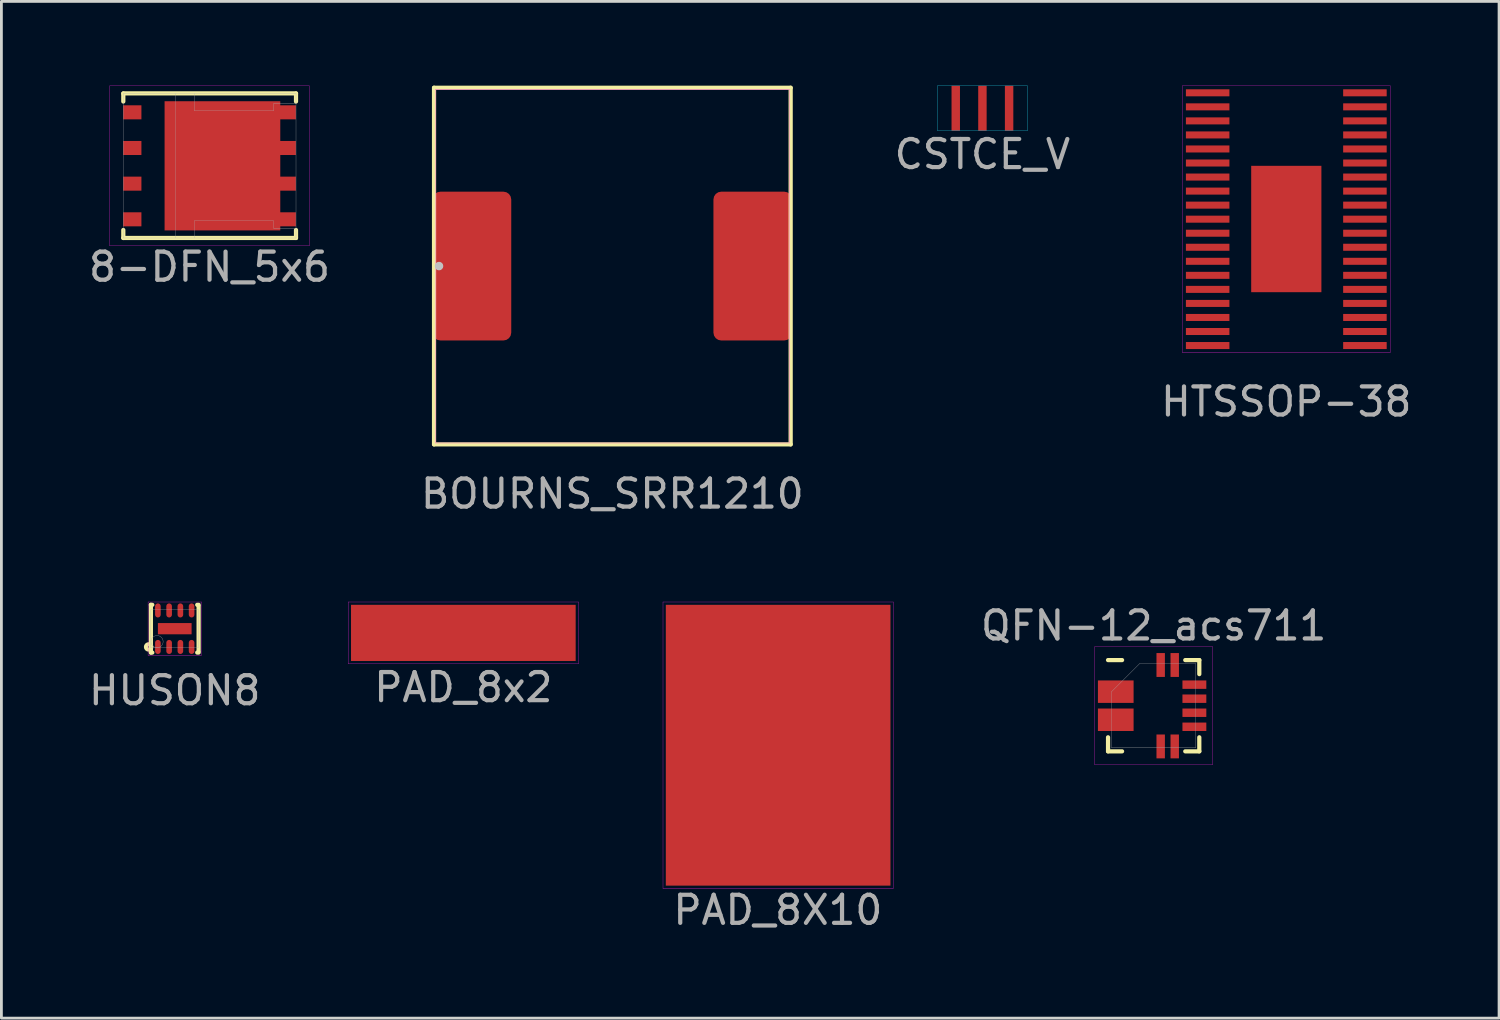
<source format=kicad_pcb>
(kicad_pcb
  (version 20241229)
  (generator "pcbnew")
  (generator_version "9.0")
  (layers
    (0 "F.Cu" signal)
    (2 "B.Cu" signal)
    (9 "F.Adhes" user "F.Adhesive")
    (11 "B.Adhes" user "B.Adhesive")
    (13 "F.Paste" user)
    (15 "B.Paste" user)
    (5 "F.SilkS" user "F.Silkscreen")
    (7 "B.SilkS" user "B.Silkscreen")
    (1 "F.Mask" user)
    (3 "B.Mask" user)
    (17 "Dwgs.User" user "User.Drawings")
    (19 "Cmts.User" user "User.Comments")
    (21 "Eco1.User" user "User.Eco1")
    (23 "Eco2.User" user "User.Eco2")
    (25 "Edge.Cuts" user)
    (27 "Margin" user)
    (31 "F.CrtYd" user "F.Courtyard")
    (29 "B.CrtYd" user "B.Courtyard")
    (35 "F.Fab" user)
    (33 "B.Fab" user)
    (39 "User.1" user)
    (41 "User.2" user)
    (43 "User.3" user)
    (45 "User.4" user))
  (footprint "PAD_8x2"
    (layer "F.Cu")
    (at 13.45 19.488)
    (property "Reference" "PAD_8x2" (at 0 1.94 0) (layer "F.Fab") (effects (font (size 1 1) (thickness 0.15))))
    (attr through_hole)
    (fp_line (start -4.1 -1.1) (end 4.1 -1.1) (stroke (width 0.01) (type solid)) (layer "F.CrtYd"))
    (fp_line (start -4.1 1.1) (end -4.1 -1.1) (stroke (width 0.01) (type solid)) (layer "F.CrtYd"))
    (fp_line (start 4.1 -1.1) (end 4.1 1.1) (stroke (width 0.01) (type solid)) (layer "F.CrtYd"))
    (fp_line (start 4.1 1.1) (end -4.1 1.1) (stroke (width 0.01) (type solid)) (layer "F.CrtYd"))
    (pad "1" smd rect (at 0 0) (size 8 2) (layers "F.Cu" "F.Mask" "F.Paste")))
  (footprint "QFN-12_acs711"
    (layer "F.Cu")
    (at 38.033 22.081)
    (property "Reference" "QFN-12_acs711" (at 0 -2.85 0) (layer "F.Fab") (effects (font (size 1 1) (thickness 0.15))))
    (attr smd)
    (fp_line (start -1.625 -1.625) (end -1.125 -1.625) (stroke (width 0.15) (type solid)) (layer "F.SilkS"))
    (fp_line (start -1.625 1.625) (end -1.625 1.125) (stroke (width 0.15) (type solid)) (layer "F.SilkS"))
    (fp_line (start -1.625 1.625) (end -1.125 1.625) (stroke (width 0.15) (type solid)) (layer "F.SilkS"))
    (fp_line (start 1.625 -1.625) (end 1.125 -1.625) (stroke (width 0.15) (type solid)) (layer "F.SilkS"))
    (fp_line (start 1.625 -1.625) (end 1.625 -1.125) (stroke (width 0.15) (type solid)) (layer "F.SilkS"))
    (fp_line (start 1.625 1.625) (end 1.125 1.625) (stroke (width 0.15) (type solid)) (layer "F.SilkS"))
    (fp_line (start 1.625 1.625) (end 1.625 1.125) (stroke (width 0.15) (type solid)) (layer "F.SilkS"))
    (fp_line (start -2.1 -2.1) (end -2.1 2.1) (stroke (width 0.01) (type solid)) (layer "F.CrtYd"))
    (fp_line (start -2.1 -2.1) (end 2.1 -2.1) (stroke (width 0.01) (type solid)) (layer "F.CrtYd"))
    (fp_line (start -2.1 2.1) (end 2.1 2.1) (stroke (width 0.01) (type solid)) (layer "F.CrtYd"))
    (fp_line (start 2.1 -2.1) (end 2.1 2.1) (stroke (width 0.01) (type solid)) (layer "F.CrtYd"))
    (fp_line (start -1.5 -0.5) (end -0.5 -1.5) (stroke (width 0.01) (type solid)) (layer "F.Fab"))
    (fp_line (start -1.5 1.5) (end -1.5 -0.5) (stroke (width 0.01) (type solid)) (layer "F.Fab"))
    (fp_line (start -0.5 -1.5) (end 1.5 -1.5) (stroke (width 0.01) (type solid)) (layer "F.Fab"))
    (fp_line (start 1.5 -1.5) (end 1.5 1.5) (stroke (width 0.01) (type solid)) (layer "F.Fab"))
    (fp_line (start 1.5 1.5) (end -1.5 1.5) (stroke (width 0.01) (type solid)) (layer "F.Fab"))
    (pad "1" smd rect (at -1.35 -0.5) (size 1.27 0.8) (layers "F.Cu" "F.Mask" "F.Paste"))
    (pad "3" smd rect (at -1.35 0.5) (size 1.27 0.8) (layers "F.Cu" "F.Mask" "F.Paste"))
    (pad "5" smd rect (at 0.25 1.45 90) (size 0.85 0.3) (layers "F.Cu" "F.Mask" "F.Paste"))
    (pad "6" smd rect (at 0.75 1.45 90) (size 0.85 0.3) (layers "F.Cu" "F.Mask" "F.Paste"))
    (pad "7" smd rect (at 1.45 0.75) (size 0.85 0.3) (layers "F.Cu" "F.Mask" "F.Paste"))
    (pad "8" smd rect (at 1.45 0.25) (size 0.85 0.3) (layers "F.Cu" "F.Mask" "F.Paste"))
    (pad "9" smd rect (at 1.45 -0.25) (size 0.85 0.3) (layers "F.Cu" "F.Mask" "F.Paste"))
    (pad "10" smd rect (at 1.45 -0.75) (size 0.85 0.3) (layers "F.Cu" "F.Mask" "F.Paste"))
    (pad "11" smd rect (at 0.75 -1.45 90) (size 0.85 0.3) (layers "F.Cu" "F.Mask" "F.Paste"))
    (pad "12" smd rect (at 0.25 -1.45 90) (size 0.85 0.3) (layers "F.Cu" "F.Mask" "F.Paste")))
  (footprint "PAD_8X10"
    (layer "F.Cu")
    (at 24.66 23.488)
    (property "Reference" "PAD_8X10" (at -0.01 5.87 0) (layer "F.Fab") (effects (font (size 1 1) (thickness 0.15))))
    (attr through_hole)
    (fp_line (start -4.1 -5.1) (end -4.1 5.1) (stroke (width 0.01) (type solid)) (layer "F.CrtYd"))
    (fp_line (start -4.1 5.1) (end 4.1 5.1) (stroke (width 0.01) (type solid)) (layer "F.CrtYd"))
    (fp_line (start 4.1 -5.1) (end -4.1 -5.1) (stroke (width 0.01) (type solid)) (layer "F.CrtYd"))
    (fp_line (start 4.1 5.1) (end 4.1 -5.1) (stroke (width 0.01) (type solid)) (layer "F.CrtYd"))
    (pad "1" smd rect (at 0 0) (size 8 10) (layers "F.Cu" "F.Mask" "F.Paste")))
  (footprint "CSTCE_V"
    (layer "F.Cu")
    (at 31.935 0.805)
    (property "Reference" "CSTCE_V" (at 0 1.64 0) (layer "F.Fab") (effects (font (size 1 1) (thickness 0.15))))
    (attr through_hole)
    (fp_line (start -1.6 -0.8) (end 1.6 -0.8) (stroke (width 0.01) (type solid)) (layer "B.CrtYd"))
    (fp_line (start -1.6 0.8) (end -1.6 -0.8) (stroke (width 0.01) (type solid)) (layer "B.CrtYd"))
    (fp_line (start 1.6 -0.8) (end 1.6 0.8) (stroke (width 0.01) (type solid)) (layer "B.CrtYd"))
    (fp_line (start 1.6 0.8) (end -1.6 0.8) (stroke (width 0.01) (type solid)) (layer "B.CrtYd"))
    (pad "1" smd rect (at -0.95 0) (size 0.3 1.6) (layers "F.Cu" "F.Mask" "F.Paste"))
    (pad "2" smd rect (at 0 0) (size 0.3 1.6) (layers "F.Cu" "F.Mask" "F.Paste"))
    (pad "3" smd rect (at 0.95 0) (size 0.3 1.6) (layers "F.Cu" "F.Mask" "F.Paste")))
  (footprint "HUSON8"
    (layer "F.Cu")
    (at 3.173 19.338)
    (property "Reference" "HUSON8" (at 0 2.2 0) (layer "F.Fab") (effects (font (size 1 1) (thickness 0.15))))
    (attr through_hole)
    (fp_line (start -0.85 -0.85) (end -0.8 -0.85) (stroke (width 0.15) (type solid)) (layer "F.SilkS"))
    (fp_line (start -0.85 0.85) (end -0.85 -0.85) (stroke (width 0.15) (type solid)) (layer "F.SilkS"))
    (fp_line (start -0.85 0.85) (end -0.8 0.85) (stroke (width 0.15) (type solid)) (layer "F.SilkS"))
    (fp_line (start 0.85 -0.85) (end 0.8 -0.85) (stroke (width 0.15) (type solid)) (layer "F.SilkS"))
    (fp_line (start 0.85 -0.8) (end 0.85 0.8) (stroke (width 0.15) (type solid)) (layer "F.SilkS"))
    (fp_line (start 0.85 0.85) (end 0.8 0.85) (stroke (width 0.15) (type solid)) (layer "F.SilkS"))
    (fp_circle (center -0.93 0.65) (end -0.84 0.62) (stroke (width 0.15) (type solid)) (fill no) (layer "F.SilkS"))
    (fp_line (start -0.95 -0.95) (end -0.95 0.95) (stroke (width 0.01) (type solid)) (layer "F.CrtYd"))
    (fp_line (start -0.95 0.95) (end 0.95 0.95) (stroke (width 0.01) (type solid)) (layer "F.CrtYd"))
    (fp_line (start 0.95 -0.95) (end -0.95 -0.95) (stroke (width 0.01) (type solid)) (layer "F.CrtYd"))
    (fp_line (start 0.95 0.95) (end 0.95 -0.95) (stroke (width 0.01) (type solid)) (layer "F.CrtYd"))
    (fp_line (start -0.85 -0.675) (end 0.85 -0.675) (stroke (width 0.01) (type solid)) (layer "F.Fab"))
    (fp_line (start -0.85 0.675) (end -0.85 -0.675) (stroke (width 0.01) (type solid)) (layer "F.Fab"))
    (fp_line (start 0.85 -0.675) (end 0.85 0.675) (stroke (width 0.01) (type solid)) (layer "F.Fab"))
    (fp_line (start 0.85 0.675) (end -0.85 0.675) (stroke (width 0.01) (type solid)) (layer "F.Fab"))
    (fp_circle (center -0.63 0.46) (end -0.42 0.41) (stroke (width 0.01) (type solid)) (fill no) (layer "F.Fab"))
    (pad "1" smd oval (at -0.6 -0.65 90) (size 0.5 0.2) (layers "F.Cu" "F.Mask" "F.Paste"))
    (pad "2" smd oval (at -0.2 -0.65 90) (size 0.5 0.2) (layers "F.Cu" "F.Mask" "F.Paste"))
    (pad "3" smd oval (at 0.2 -0.65 90) (size 0.5 0.2) (layers "F.Cu" "F.Mask" "F.Paste"))
    (pad "4" smd oval (at 0.6 -0.65 90) (size 0.5 0.2) (layers "F.Cu" "F.Mask" "F.Paste"))
    (pad "5" smd oval (at 0.6 0.65 90) (size 0.5 0.2) (layers "F.Cu" "F.Mask" "F.Paste"))
    (pad "6" smd oval (at 0.2 0.65 90) (size 0.5 0.2) (layers "F.Cu" "F.Mask" "F.Paste"))
    (pad "7" smd oval (at -0.2 0.65 90) (size 0.5 0.2) (layers "F.Cu" "F.Mask" "F.Paste"))
    (pad "8" smd oval (at -0.6 0.65 90) (size 0.5 0.2) (layers "F.Cu" "F.Mask" "F.Paste"))
    (pad "9" smd rect (at 0 0) (size 1.2 0.4) (layers "F.Cu" "F.Mask" "F.Paste")))
  (footprint "8-DFN_5x6"
    (layer "F.Cu")
    (at 4.411 2.855)
    (property "Reference" "8-DFN_5x6" (at 0 3.6 0) (layer "F.Fab") (effects (font (size 1 1) (thickness 0.15))))
    (attr through_hole)
    (fp_line (start -3.07 -2.58) (end 3.08 -2.58) (stroke (width 0.15) (type solid)) (layer "F.SilkS"))
    (fp_line (start -3.07 -2.575) (end -3.07 -2.29) (stroke (width 0.15) (type solid)) (layer "F.SilkS"))
    (fp_line (start -3.07 2.285) (end -3.07 2.57) (stroke (width 0.15) (type solid)) (layer "F.SilkS"))
    (fp_line (start -3.07 2.57) (end 3.08 2.57) (stroke (width 0.15) (type solid)) (layer "F.SilkS"))
    (fp_line (start 3.08 -2.575) (end 3.08 -2.29) (stroke (width 0.15) (type solid)) (layer "F.SilkS"))
    (fp_line (start 3.08 2.285) (end 3.08 2.57) (stroke (width 0.15) (type solid)) (layer "F.SilkS"))
    (fp_line (start -3.55 -2.85) (end -3.55 2.85) (stroke (width 0.01) (type solid)) (layer "F.CrtYd"))
    (fp_line (start -3.55 2.85) (end 3.55 2.85) (stroke (width 0.01) (type solid)) (layer "F.CrtYd"))
    (fp_line (start 3.55 -2.85) (end -3.55 -2.85) (stroke (width 0.01) (type solid)) (layer "F.CrtYd"))
    (fp_line (start 3.55 2.85) (end 3.55 -2.85) (stroke (width 0.01) (type solid)) (layer "F.CrtYd"))
    (fp_line (start -3.07 -2.58) (end 3.08 -2.58) (stroke (width 0.01) (type solid)) (layer "F.Fab"))
    (fp_line (start -3.07 2.57) (end -3.07 -2.58) (stroke (width 0.01) (type solid)) (layer "F.Fab"))
    (fp_line (start -1.21 -2.58) (end -1.21 2.57) (stroke (width 0.01) (type solid)) (layer "F.Fab"))
    (fp_line (start -0.54 -2.58) (end -0.54 -1.96) (stroke (width 0.01) (type solid)) (layer "F.Fab"))
    (fp_line (start -0.54 -1.96) (end 2.28 -1.96) (stroke (width 0.01) (type solid)) (layer "F.Fab"))
    (fp_line (start -0.54 1.96) (end -0.54 2.57) (stroke (width 0.01) (type solid)) (layer "F.Fab"))
    (fp_line (start -0.54 1.96) (end 2.28 1.96) (stroke (width 0.01) (type solid)) (layer "F.Fab"))
    (fp_line (start 2.28 -2.21) (end 3.08 -2.21) (stroke (width 0.01) (type solid)) (layer "F.Fab"))
    (fp_line (start 2.28 -1.96) (end 2.28 -2.21) (stroke (width 0.01) (type solid)) (layer "F.Fab"))
    (fp_line (start 2.28 1.96) (end 2.28 2.22) (stroke (width 0.01) (type solid)) (layer "F.Fab"))
    (fp_line (start 2.28 2.22) (end 3.08 2.22) (stroke (width 0.01) (type solid)) (layer "F.Fab"))
    (fp_line (start 3.08 -2.58) (end 3.08 2.57) (stroke (width 0.01) (type solid)) (layer "F.Fab"))
    (fp_line (start 3.08 2.57) (end -3.07 2.57) (stroke (width 0.01) (type solid)) (layer "F.Fab"))
    (pad "1" smd rect (at -2.75 1.905) (size 0.65 0.5) (layers "F.Cu" "F.Mask" "F.Paste"))
    (pad "2" smd rect (at -2.75 -1.905) (size 0.65 0.5) (layers "F.Cu" "F.Mask" "F.Paste"))
    (pad "2" smd rect (at -2.75 -0.635) (size 0.65 0.5) (layers "F.Cu" "F.Mask" "F.Paste"))
    (pad "2" smd rect (at -2.75 0.635) (size 0.65 0.5) (layers "F.Cu" "F.Mask" "F.Paste"))
    (pad "3" smd rect (at 0.46 0) (size 4.12 4.6) (layers "F.Cu" "F.Mask" "F.Paste"))
    (pad "3" smd rect (at 2.75 -1.905) (size 0.65 0.5) (layers "F.Cu" "F.Mask" "F.Paste"))
    (pad "3" smd rect (at 2.75 -0.635) (size 0.65 0.5) (layers "F.Cu" "F.Mask" "F.Paste"))
    (pad "3" smd rect (at 2.75 0.635) (size 0.65 0.5) (layers "F.Cu" "F.Mask" "F.Paste"))
    (pad "3" smd rect (at 2.75 1.905) (size 0.65 0.5) (layers "F.Cu" "F.Mask" "F.Paste")))
  (footprint "HTSSOP-38"
    (layer "F.Cu")
    (at 42.756 5.205)
    (property "Reference" "HTSSOP-38" (at 0 6.05 0) (layer "F.Fab") (effects (font (size 1 1) (thickness 0.15))))
    (attr through_hole)
    (fp_line (start -3.7 -5.2) (end 3.7 -5.2) (stroke (width 0.01) (type solid)) (layer "F.CrtYd"))
    (fp_line (start -3.7 4.3) (end -3.7 -5.2) (stroke (width 0.01) (type solid)) (layer "F.CrtYd"))
    (fp_line (start 3.7 -5.2) (end 3.7 4.3) (stroke (width 0.01) (type solid)) (layer "F.CrtYd"))
    (fp_line (start 3.7 4.3) (end -3.7 4.3) (stroke (width 0.01) (type solid)) (layer "F.CrtYd"))
    (pad "1" smd rect (at -2.8 -4.95 270) (size 0.25 1.55) (layers "F.Cu" "F.Mask" "F.Paste"))
    (pad "2" smd rect (at -2.8 -4.45 270) (size 0.25 1.55) (layers "F.Cu" "F.Mask" "F.Paste"))
    (pad "3" smd rect (at -2.8 -3.95 270) (size 0.25 1.55) (layers "F.Cu" "F.Mask" "F.Paste"))
    (pad "4" smd rect (at -2.8 -3.45 270) (size 0.25 1.55) (layers "F.Cu" "F.Mask" "F.Paste"))
    (pad "5" smd rect (at -2.8 -2.95 270) (size 0.25 1.55) (layers "F.Cu" "F.Mask" "F.Paste"))
    (pad "6" smd rect (at -2.8 -2.45 270) (size 0.25 1.55) (layers "F.Cu" "F.Mask" "F.Paste"))
    (pad "7" smd rect (at -2.8 -1.95 270) (size 0.25 1.55) (layers "F.Cu" "F.Mask" "F.Paste"))
    (pad "8" smd rect (at -2.8 -1.45 270) (size 0.25 1.55) (layers "F.Cu" "F.Mask" "F.Paste"))
    (pad "9" smd rect (at -2.8 -0.95 270) (size 0.25 1.55) (layers "F.Cu" "F.Mask" "F.Paste"))
    (pad "10" smd rect (at -2.8 -0.45 270) (size 0.25 1.55) (layers "F.Cu" "F.Mask" "F.Paste"))
    (pad "11" smd rect (at -2.8 0.05 270) (size 0.25 1.55) (layers "F.Cu" "F.Mask" "F.Paste"))
    (pad "12" smd rect (at -2.8 0.55 270) (size 0.25 1.55) (layers "F.Cu" "F.Mask" "F.Paste"))
    (pad "13" smd rect (at -2.8 1.05 270) (size 0.25 1.55) (layers "F.Cu" "F.Mask" "F.Paste"))
    (pad "14" smd rect (at -2.8 1.55 270) (size 0.25 1.55) (layers "F.Cu" "F.Mask" "F.Paste"))
    (pad "15" smd rect (at -2.8 2.05 270) (size 0.25 1.55) (layers "F.Cu" "F.Mask" "F.Paste"))
    (pad "16" smd rect (at -2.8 2.55 270) (size 0.25 1.55) (layers "F.Cu" "F.Mask" "F.Paste"))
    (pad "17" smd rect (at -2.8 3.05 270) (size 0.25 1.55) (layers "F.Cu" "F.Mask" "F.Paste"))
    (pad "18" smd rect (at -2.8 3.55 270) (size 0.25 1.55) (layers "F.Cu" "F.Mask" "F.Paste"))
    (pad "19" smd rect (at -2.8 4.05 270) (size 0.25 1.55) (layers "F.Cu" "F.Mask" "F.Paste"))
    (pad "20" smd rect (at 2.8 4.05 270) (size 0.25 1.55) (layers "F.Cu" "F.Mask" "F.Paste"))
    (pad "21" smd rect (at 2.8 3.55 270) (size 0.25 1.55) (layers "F.Cu" "F.Mask" "F.Paste"))
    (pad "22" smd rect (at 2.8 3.05 270) (size 0.25 1.55) (layers "F.Cu" "F.Mask" "F.Paste"))
    (pad "23" smd rect (at 2.8 2.55 270) (size 0.25 1.55) (layers "F.Cu" "F.Mask" "F.Paste"))
    (pad "24" smd rect (at 2.8 2.05 270) (size 0.25 1.55) (layers "F.Cu" "F.Mask" "F.Paste"))
    (pad "25" smd rect (at 2.8 1.55 270) (size 0.25 1.55) (layers "F.Cu" "F.Mask" "F.Paste"))
    (pad "26" smd rect (at 2.8 1.05 270) (size 0.25 1.55) (layers "F.Cu" "F.Mask" "F.Paste"))
    (pad "27" smd rect (at 2.8 0.55 270) (size 0.25 1.55) (layers "F.Cu" "F.Mask" "F.Paste"))
    (pad "28" smd rect (at 2.8 0.05 270) (size 0.25 1.55) (layers "F.Cu" "F.Mask" "F.Paste"))
    (pad "29" smd rect (at 2.8 -0.45 270) (size 0.25 1.55) (layers "F.Cu" "F.Mask" "F.Paste"))
    (pad "30" smd rect (at 2.8 -0.95 270) (size 0.25 1.55) (layers "F.Cu" "F.Mask" "F.Paste"))
    (pad "31" smd rect (at 2.8 -1.45 270) (size 0.25 1.55) (layers "F.Cu" "F.Mask" "F.Paste"))
    (pad "32" smd rect (at 2.8 -1.95 270) (size 0.25 1.55) (layers "F.Cu" "F.Mask" "F.Paste"))
    (pad "33" smd rect (at 2.8 -2.45 270) (size 0.25 1.55) (layers "F.Cu" "F.Mask" "F.Paste"))
    (pad "34" smd rect (at 2.8 -2.95 270) (size 0.25 1.55) (layers "F.Cu" "F.Mask" "F.Paste"))
    (pad "35" smd rect (at 2.8 -3.45 270) (size 0.25 1.55) (layers "F.Cu" "F.Mask" "F.Paste"))
    (pad "36" smd rect (at 2.8 -3.95 270) (size 0.25 1.55) (layers "F.Cu" "F.Mask" "F.Paste"))
    (pad "37" smd rect (at 2.8 -4.45 270) (size 0.25 1.55) (layers "F.Cu" "F.Mask" "F.Paste"))
    (pad "38" smd rect (at 2.8 -4.95 270) (size 0.25 1.55) (layers "F.Cu" "F.Mask" "F.Paste"))
    (pad "39" smd rect (at 0 -0.1 270) (size 4.5 2.5) (layers "F.Cu" "F.Mask" "F.Paste")))
  (footprint "BOURNS_SRR1210"
    (layer "F.Cu")
    (at 18.756 6.425)
    (property "Reference" "BOURNS_SRR1210" (at 0 8.11 0) (layer "F.Fab") (effects (font (size 1 1) (thickness 0.15))))
    (attr smd)
    (fp_line (start -6.35 -6.35) (end 6.35 -6.35) (stroke (width 0.15) (type solid)) (layer "F.SilkS"))
    (fp_line (start -6.35 6.35) (end -6.35 -6.35) (stroke (width 0.15) (type solid)) (layer "F.SilkS"))
    (fp_line (start 6.35 -6.35) (end 6.35 6.35) (stroke (width 0.15) (type solid)) (layer "F.SilkS"))
    (fp_line (start 6.35 6.35) (end -6.35 6.35) (stroke (width 0.15) (type solid)) (layer "F.SilkS"))
    (fp_circle (center -6.172 0) (end -6.096 0) (stroke (width 0.152) (type solid)) (fill no) (layer "Dwgs.User"))
    (fp_line (start -6.3 -6.3) (end -6.3 6.3) (stroke (width 0.01) (type solid)) (layer "F.CrtYd"))
    (fp_line (start -6.3 6.3) (end 6.3 6.3) (stroke (width 0.01) (type solid)) (layer "F.CrtYd"))
    (fp_line (start 6.3 -6.3) (end -6.3 -6.3) (stroke (width 0.01) (type solid)) (layer "F.CrtYd"))
    (fp_line (start 6.3 6.3) (end 6.3 -6.3) (stroke (width 0.01) (type solid)) (layer "F.CrtYd"))
    (pad "1" smd roundrect (at -5 0) (size 2.8 5.3) (layers "F.Cu" "F.Mask" "F.Paste") (roundrect_rratio 0.1))
    (pad "2" smd roundrect (at 5 0) (size 2.8 5.3) (layers "F.Cu" "F.Mask" "F.Paste") (roundrect_rratio 0.1)))
  (gr_rect
    (start -3 -3)
    (end 50.333 33.206)
    (stroke (width 0.1) (type default))
    (fill no)
    (layer "Edge.Cuts")))
</source>
